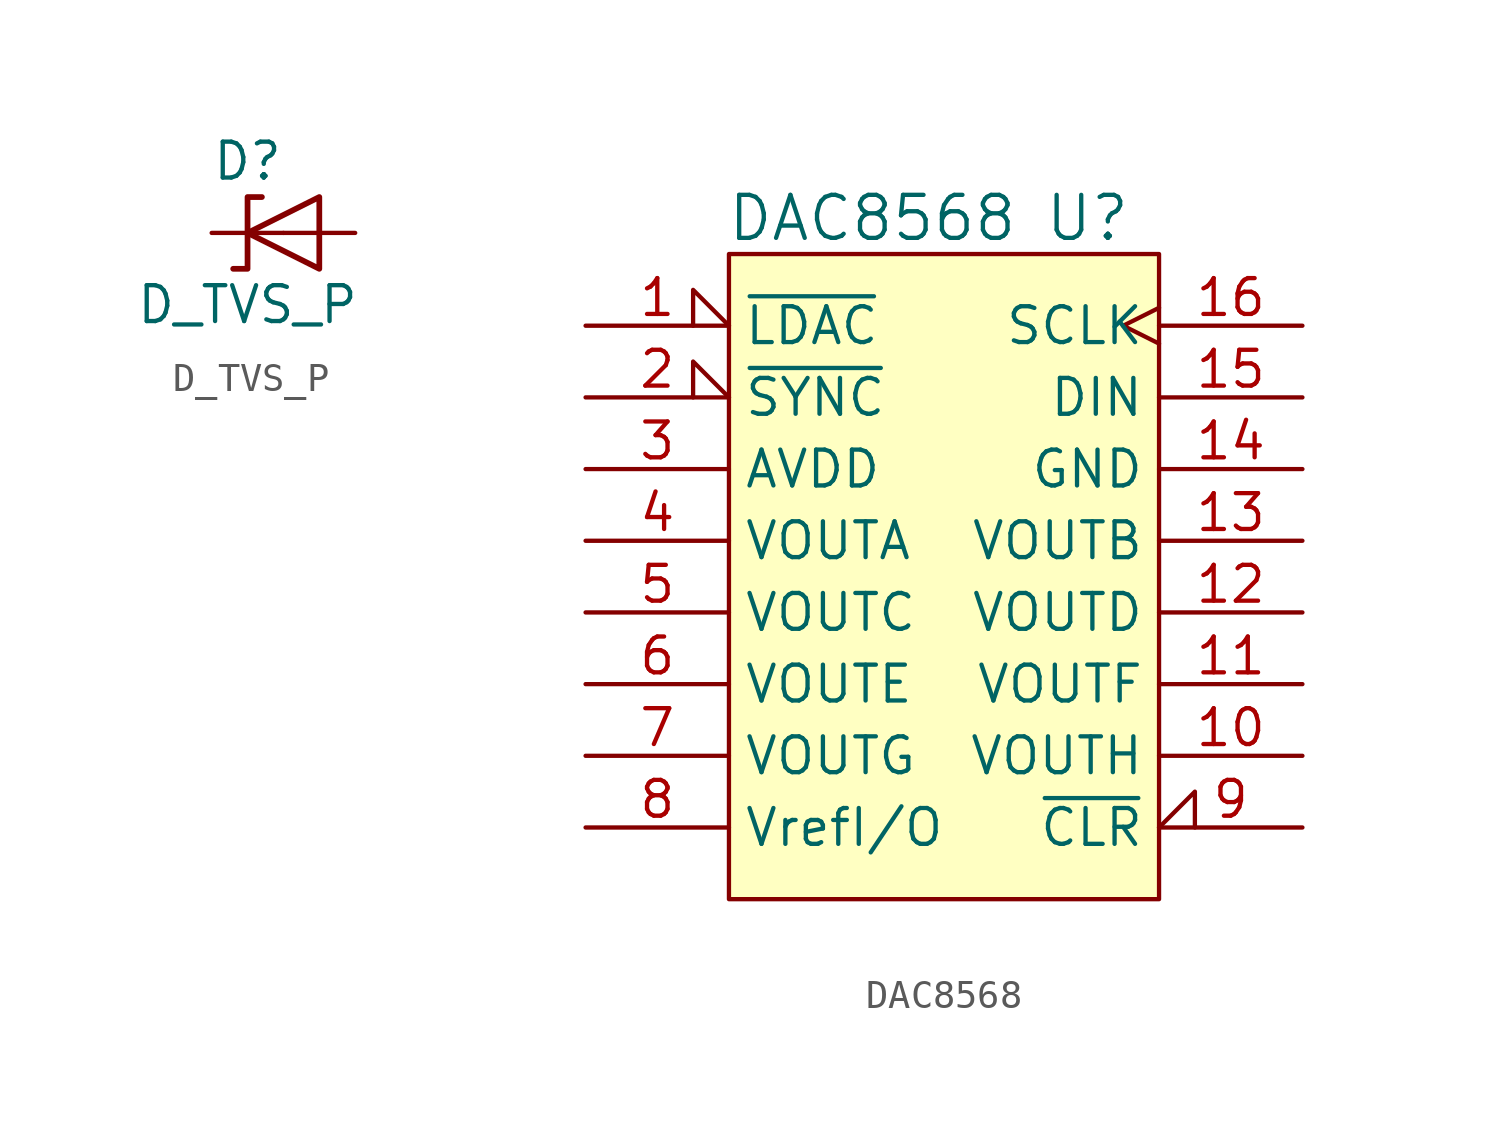
<source format=kicad_sym>
(kicad_symbol_lib
  (version 20241209)
  (generator "kicad_symbol_editor")
  (generator_version "9.0")
  (symbol "D_TVS_P"
    (pin_numbers
      (hide yes))
    (pin_names
      (hide yes))
    (property "Reference" "D"
      (at 0 2.54 0)
      (effects (font (size 1.27 1.27))))
    (property "Value" "D_TVS_P"
      (at 0 -2.54 0)
      (effects (font (size 1.27 1.27))))
    (symbol "D_TVS_P_0_1"
      (polyline (pts (xy 0.508 1.27) (xy 0 1.27) (xy 0 -1.27) (xy -0.508 -1.27)) (stroke (width 0.203) (type default)) (fill (type none)))
      (polyline (pts (xy 2.54 1.27) (xy 2.54 -1.27) (xy 0 0) (xy 2.54 1.27)) (stroke (width 0.203) (type default)) (fill (type none))))
    (symbol "D_TVS_P_1_1"
      (pin passive line (at -1.27 0 0) (length 2.54) (name "C" (effects (font (size 1.27 1.27)))) (number "1" (effects (font (size 1.27 1.27)))))
      (pin passive line (at 3.81 0 180) (length 2.54) (name "A" (effects (font (size 1.27 1.27)))) (number "2" (effects (font (size 1.27 1.27)))))))
  (symbol "DAC8568"
    (property "Reference" "U"
      (at 5.08 12.7 0)
      (effects (font (size 1.524 1.524))))
    (property "Value" "DAC8568"
      (at -2.54 12.7 0)
      (effects (font (size 1.524 1.524))))
    (property "Footprint" ""
      (at 0 0 0)
      (effects (font (size 1.524 1.524))))
    (property "Datasheet" ""
      (at 0 0 0)
      (effects (font (size 1.524 1.524))))
    (symbol "DAC8568_0_1"
      (rectangle (start -7.62 11.43) (end 7.62 -11.43) (stroke (width 0) (type default)) (fill (type background))))
    (symbol "DAC8568_1_1"
      (pin input input_low (at -12.7 8.89 0) (length 5.08) (name "~{LDAC}" (effects (font (size 1.27 1.27)))) (number "1" (effects (font (size 1.27 1.27)))))
      (pin input input_low (at -12.7 6.35 0) (length 5.08) (name "~{SYNC}" (effects (font (size 1.27 1.27)))) (number "2" (effects (font (size 1.27 1.27)))))
      (pin power_in line (at -12.7 3.81 0) (length 5.08) (name "AVDD" (effects (font (size 1.27 1.27)))) (number "3" (effects (font (size 1.27 1.27)))))
      (pin output line (at -12.7 1.27 0) (length 5.08) (name "VOUTA" (effects (font (size 1.27 1.27)))) (number "4" (effects (font (size 1.27 1.27)))))
      (pin output line (at -12.7 -1.27 0) (length 5.08) (name "VOUTC" (effects (font (size 1.27 1.27)))) (number "5" (effects (font (size 1.27 1.27)))))
      (pin output line (at -12.7 -3.81 0) (length 5.08) (name "VOUTE" (effects (font (size 1.27 1.27)))) (number "6" (effects (font (size 1.27 1.27)))))
      (pin output line (at -12.7 -6.35 0) (length 5.08) (name "VOUTG" (effects (font (size 1.27 1.27)))) (number "7" (effects (font (size 1.27 1.27)))))
      (pin bidirectional line (at -12.7 -8.89 0) (length 5.08) (name "VrefI/O" (effects (font (size 1.27 1.27)))) (number "8" (effects (font (size 1.27 1.27)))))
      (pin input clock (at 12.7 8.89 180) (length 5.08) (name "SCLK" (effects (font (size 1.27 1.27)))) (number "16" (effects (font (size 1.27 1.27)))))
      (pin input line (at 12.7 6.35 180) (length 5.08) (name "DIN" (effects (font (size 1.27 1.27)))) (number "15" (effects (font (size 1.27 1.27)))))
      (pin power_in line (at 12.7 3.81 180) (length 5.08) (name "GND" (effects (font (size 1.27 1.27)))) (number "14" (effects (font (size 1.27 1.27)))))
      (pin passive line (at 12.7 3.81 180) (length 5.08) (hide yes) (name "GND" (effects (font (size 1.27 1.27)))) (number "17" (effects (font (size 1.27 1.27)))))
      (pin output line (at 12.7 1.27 180) (length 5.08) (name "VOUTB" (effects (font (size 1.27 1.27)))) (number "13" (effects (font (size 1.27 1.27)))))
      (pin output line (at 12.7 -1.27 180) (length 5.08) (name "VOUTD" (effects (font (size 1.27 1.27)))) (number "12" (effects (font (size 1.27 1.27)))))
      (pin output line (at 12.7 -3.81 180) (length 5.08) (name "VOUTF" (effects (font (size 1.27 1.27)))) (number "11" (effects (font (size 1.27 1.27)))))
      (pin output line (at 12.7 -6.35 180) (length 5.08) (name "VOUTH" (effects (font (size 1.27 1.27)))) (number "10" (effects (font (size 1.27 1.27)))))
      (pin input input_low (at 12.7 -8.89 180) (length 5.08) (name "~{CLR}" (effects (font (size 1.27 1.27)))) (number "9" (effects (font (size 1.27 1.27))))))))
</source>
